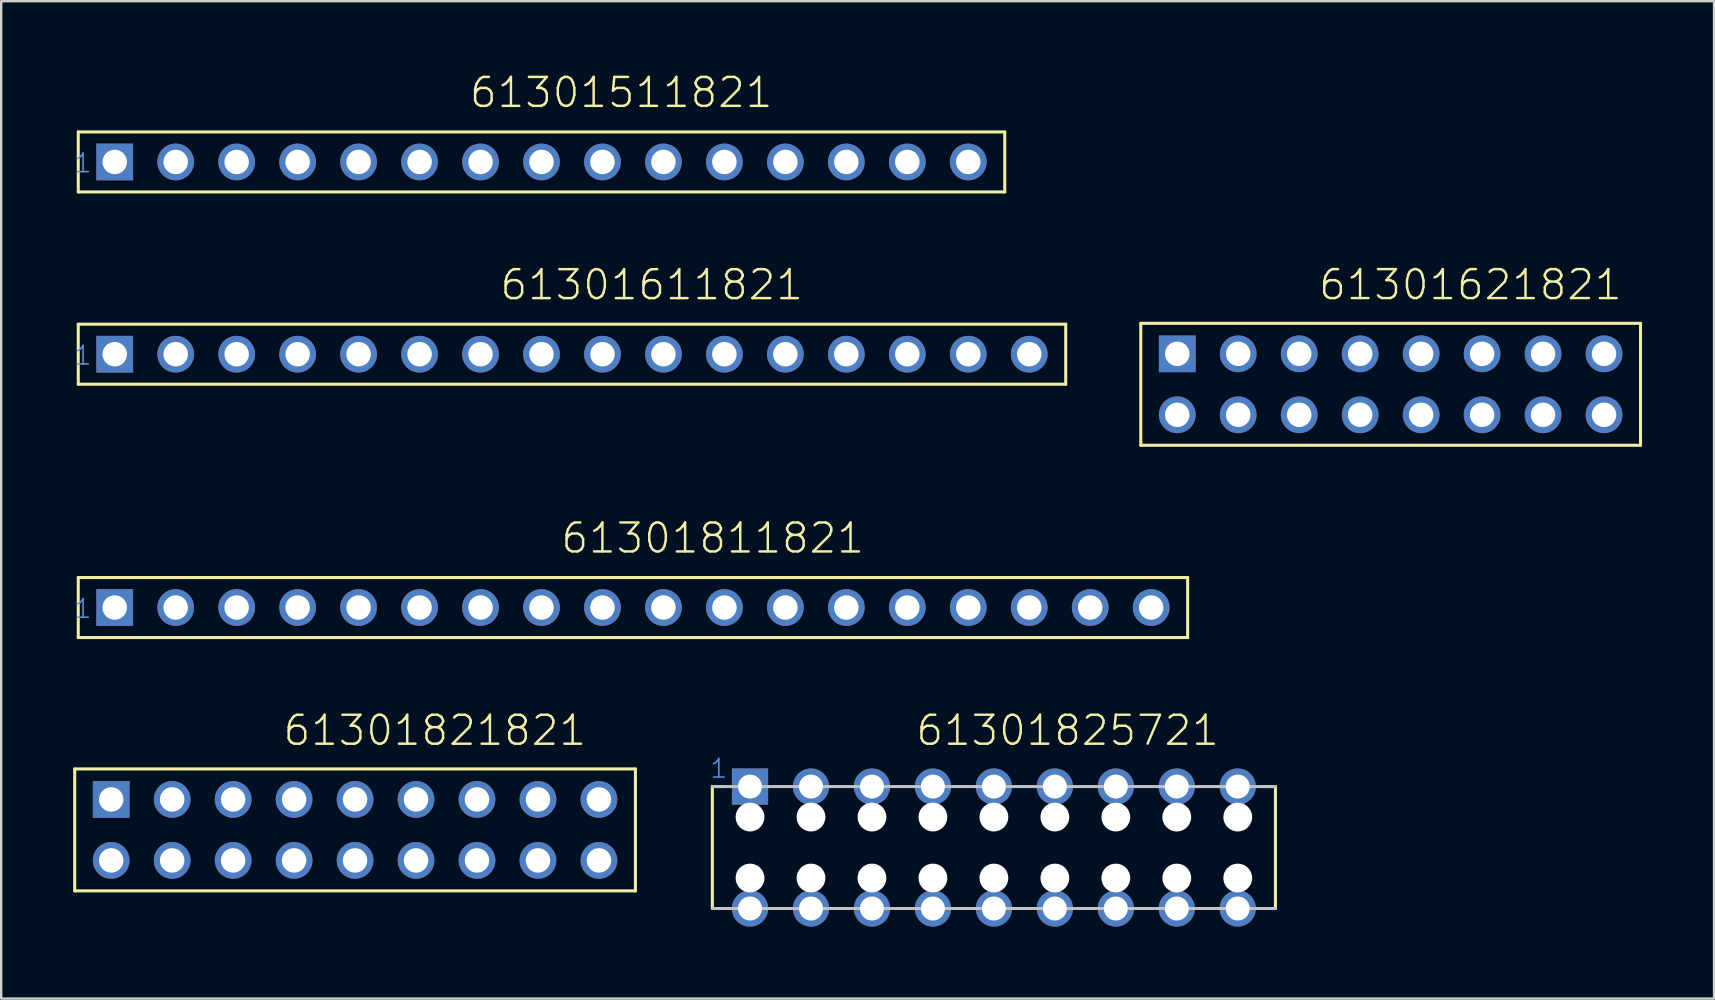
<source format=kicad_pcb>
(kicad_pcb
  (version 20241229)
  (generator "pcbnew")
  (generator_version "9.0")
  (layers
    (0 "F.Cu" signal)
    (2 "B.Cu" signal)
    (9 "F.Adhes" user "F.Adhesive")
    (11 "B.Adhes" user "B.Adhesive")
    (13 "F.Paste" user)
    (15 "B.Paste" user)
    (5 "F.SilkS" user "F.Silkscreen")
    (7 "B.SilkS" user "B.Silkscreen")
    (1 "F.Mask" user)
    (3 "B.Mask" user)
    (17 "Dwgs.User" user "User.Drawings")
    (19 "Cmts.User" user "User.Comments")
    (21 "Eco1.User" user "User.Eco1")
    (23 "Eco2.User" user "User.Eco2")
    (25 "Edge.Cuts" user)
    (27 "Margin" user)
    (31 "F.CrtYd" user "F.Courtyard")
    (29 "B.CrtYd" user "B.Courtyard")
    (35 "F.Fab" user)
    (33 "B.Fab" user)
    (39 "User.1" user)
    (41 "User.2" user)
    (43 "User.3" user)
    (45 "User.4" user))
  (footprint "61301825721"
    (layer "F.Cu")
    (at 39.627 32.26)
    (property "Reference" "61301825721" (at -4.583 -4.174 0) (layer "F.SilkS") (effects (font (size 1.206 1.206) (thickness 0.102)) (justify left bottom)))
    (attr through_hole)
    (fp_line (start -13 2.54) (end -13 -2.54) (stroke (width 0.127) (type solid)) (layer "F.SilkS"))
    (fp_line (start -12.56 -2.54) (end -13 -2.54) (stroke (width 0.127) (type solid)) (layer "F.SilkS"))
    (fp_line (start -12.54 2.54) (end -13 2.54) (stroke (width 0.127) (type solid)) (layer "F.SilkS"))
    (fp_line (start 9.83 -2.54) (end 10.46 -2.54) (stroke (width 0.127) (type solid)) (layer "F.SilkS"))
    (fp_line (start 9.98 2.54) (end 10.46 2.54) (stroke (width 0.127) (type solid)) (layer "F.SilkS"))
    (fp_line (start 10.46 -2.54) (end 10.46 2.54) (stroke (width 0.127) (type solid)) (layer "F.SilkS"))
    (fp_line (start -13 -2.54) (end 10.46 -2.54) (stroke (width 0.127) (type solid)) (layer "Dwgs.User"))
    (fp_line (start 10.46 2.54) (end -13 2.54) (stroke (width 0.127) (type solid)) (layer "Dwgs.User"))
    (fp_text user "1" (at -13.14 -2.84 0) (layer "Cmts.User") (effects (font (size 0.772 0.772) (thickness 0.065)) (justify left bottom)))
    (pad "" np_thru_hole circle (at -11.43 -1.27) (size 1.2 1.2) (drill 1.2) (layers "*.Cu"))
    (pad "" np_thru_hole circle (at -11.43 1.27) (size 1.2 1.2) (drill 1.2) (layers "*.Cu"))
    (pad "" np_thru_hole circle (at -8.89 -1.27) (size 1.2 1.2) (drill 1.2) (layers "*.Cu"))
    (pad "" np_thru_hole circle (at -8.89 1.27) (size 1.2 1.2) (drill 1.2) (layers "*.Cu"))
    (pad "" np_thru_hole circle (at -6.35 -1.27) (size 1.2 1.2) (drill 1.2) (layers "*.Cu"))
    (pad "" np_thru_hole circle (at -6.35 1.27) (size 1.2 1.2) (drill 1.2) (layers "*.Cu"))
    (pad "" np_thru_hole circle (at -3.81 -1.27) (size 1.2 1.2) (drill 1.2) (layers "*.Cu"))
    (pad "" np_thru_hole circle (at -3.81 1.27) (size 1.2 1.2) (drill 1.2) (layers "*.Cu"))
    (pad "" np_thru_hole circle (at -1.27 -1.27) (size 1.2 1.2) (drill 1.2) (layers "*.Cu"))
    (pad "" np_thru_hole circle (at -1.27 1.27) (size 1.2 1.2) (drill 1.2) (layers "*.Cu"))
    (pad "" np_thru_hole circle (at 1.27 -1.27) (size 1.2 1.2) (drill 1.2) (layers "*.Cu"))
    (pad "" np_thru_hole circle (at 1.27 1.27) (size 1.2 1.2) (drill 1.2) (layers "*.Cu"))
    (pad "" np_thru_hole circle (at 3.81 -1.27) (size 1.2 1.2) (drill 1.2) (layers "*.Cu"))
    (pad "" np_thru_hole circle (at 3.81 1.27) (size 1.2 1.2) (drill 1.2) (layers "*.Cu"))
    (pad "" np_thru_hole circle (at 6.35 -1.27) (size 1.2 1.2) (drill 1.2) (layers "*.Cu"))
    (pad "" np_thru_hole circle (at 6.35 1.27) (size 1.2 1.2) (drill 1.2) (layers "*.Cu"))
    (pad "" np_thru_hole circle (at 8.89 -1.27) (size 1.2 1.2) (drill 1.2) (layers "*.Cu"))
    (pad "" np_thru_hole circle (at 8.89 1.27) (size 1.2 1.2) (drill 1.2) (layers "*.Cu"))
    (pad "1" thru_hole rect (at -11.43 -2.54) (size 1.508 1.508) (drill 1) (layers "*.Cu" "*.Mask"))
    (pad "2" thru_hole circle (at -8.89 -2.54) (size 1.508 1.508) (drill 1) (layers "*.Cu" "*.Mask"))
    (pad "3" thru_hole circle (at -6.35 -2.54) (size 1.508 1.508) (drill 1) (layers "*.Cu" "*.Mask"))
    (pad "4" thru_hole circle (at -3.81 -2.54) (size 1.508 1.508) (drill 1) (layers "*.Cu" "*.Mask"))
    (pad "5" thru_hole circle (at -1.27 -2.54) (size 1.508 1.508) (drill 1) (layers "*.Cu" "*.Mask"))
    (pad "6" thru_hole circle (at 1.27 -2.54) (size 1.508 1.508) (drill 1) (layers "*.Cu" "*.Mask"))
    (pad "7" thru_hole circle (at 3.81 -2.54) (size 1.508 1.508) (drill 1) (layers "*.Cu" "*.Mask"))
    (pad "8" thru_hole circle (at 6.35 -2.54) (size 1.508 1.508) (drill 1) (layers "*.Cu" "*.Mask"))
    (pad "9" thru_hole circle (at 8.89 -2.54) (size 1.508 1.508) (drill 1) (layers "*.Cu" "*.Mask"))
    (pad "10" thru_hole circle (at 8.89 2.54) (size 1.508 1.508) (drill 1) (layers "*.Cu" "*.Mask"))
    (pad "11" thru_hole circle (at 6.35 2.54) (size 1.508 1.508) (drill 1) (layers "*.Cu" "*.Mask"))
    (pad "12" thru_hole circle (at 3.81 2.54) (size 1.508 1.508) (drill 1) (layers "*.Cu" "*.Mask"))
    (pad "13" thru_hole circle (at 1.27 2.54) (size 1.508 1.508) (drill 1) (layers "*.Cu" "*.Mask"))
    (pad "14" thru_hole circle (at -1.27 2.54) (size 1.508 1.508) (drill 1) (layers "*.Cu" "*.Mask"))
    (pad "15" thru_hole circle (at -3.81 2.54) (size 1.508 1.508) (drill 1) (layers "*.Cu" "*.Mask"))
    (pad "16" thru_hole circle (at -6.35 2.54) (size 1.508 1.508) (drill 1) (layers "*.Cu" "*.Mask"))
    (pad "17" thru_hole circle (at -8.89 2.54) (size 1.508 1.508) (drill 1) (layers "*.Cu" "*.Mask"))
    (pad "18" thru_hole circle (at -11.43 2.54) (size 1.508 1.508) (drill 1) (layers "*.Cu" "*.Mask")))
  (footprint "61301811821"
    (layer "F.Cu")
    (at 23.32 22.261)
    (property "Reference" "61301811821" (at -3.063 -2.185 0) (layer "F.SilkS") (effects (font (size 1.206 1.206) (thickness 0.102)) (justify left bottom)))
    (attr through_hole)
    (fp_line (start -23.11 -1.25) (end -23.11 1.25) (stroke (width 0.127) (type solid)) (layer "F.SilkS"))
    (fp_line (start -23.11 1.25) (end 23.11 1.25) (stroke (width 0.127) (type solid)) (layer "F.SilkS"))
    (fp_line (start 23.11 -1.25) (end -23.11 -1.25) (stroke (width 0.127) (type solid)) (layer "F.SilkS"))
    (fp_line (start 23.11 1.25) (end 23.11 -1.25) (stroke (width 0.127) (type solid)) (layer "F.SilkS"))
    (fp_text user "1" (at -23.32 0.5 0) (layer "Cmts.User") (effects (font (size 0.772 0.772) (thickness 0.065)) (justify left bottom)))
    (pad "1" thru_hole rect (at -21.59 0) (size 1.53 1.53) (drill 1.02) (layers "*.Cu" "*.Mask"))
    (pad "2" thru_hole circle (at -19.05 0) (size 1.53 1.53) (drill 1.02) (layers "*.Cu" "*.Mask"))
    (pad "3" thru_hole circle (at -16.51 0) (size 1.53 1.53) (drill 1.02) (layers "*.Cu" "*.Mask"))
    (pad "4" thru_hole circle (at -13.97 0) (size 1.53 1.53) (drill 1.02) (layers "*.Cu" "*.Mask"))
    (pad "5" thru_hole circle (at -11.43 0) (size 1.53 1.53) (drill 1.02) (layers "*.Cu" "*.Mask"))
    (pad "6" thru_hole circle (at -8.89 0) (size 1.53 1.53) (drill 1.02) (layers "*.Cu" "*.Mask"))
    (pad "7" thru_hole circle (at -6.35 0) (size 1.53 1.53) (drill 1.02) (layers "*.Cu" "*.Mask"))
    (pad "8" thru_hole circle (at -3.81 0) (size 1.53 1.53) (drill 1.02) (layers "*.Cu" "*.Mask"))
    (pad "9" thru_hole circle (at -1.27 0) (size 1.53 1.53) (drill 1.02) (layers "*.Cu" "*.Mask"))
    (pad "10" thru_hole circle (at 1.27 0) (size 1.53 1.53) (drill 1.02) (layers "*.Cu" "*.Mask"))
    (pad "11" thru_hole circle (at 3.81 0) (size 1.53 1.53) (drill 1.02) (layers "*.Cu" "*.Mask"))
    (pad "12" thru_hole circle (at 6.35 0) (size 1.53 1.53) (drill 1.02) (layers "*.Cu" "*.Mask"))
    (pad "13" thru_hole circle (at 8.89 0) (size 1.53 1.53) (drill 1.02) (layers "*.Cu" "*.Mask"))
    (pad "14" thru_hole circle (at 11.43 0) (size 1.53 1.53) (drill 1.02) (layers "*.Cu" "*.Mask"))
    (pad "15" thru_hole circle (at 13.97 0) (size 1.53 1.53) (drill 1.02) (layers "*.Cu" "*.Mask"))
    (pad "16" thru_hole circle (at 16.51 0) (size 1.53 1.53) (drill 1.02) (layers "*.Cu" "*.Mask"))
    (pad "17" thru_hole circle (at 19.05 0) (size 1.53 1.53) (drill 1.02) (layers "*.Cu" "*.Mask"))
    (pad "18" thru_hole circle (at 21.59 0) (size 1.53 1.53) (drill 1.02) (layers "*.Cu" "*.Mask")))
  (footprint "61301511821"
    (layer "F.Cu")
    (at 19.51 3.697)
    (property "Reference" "61301511821" (at -3.063 -2.185 0) (layer "F.SilkS") (effects (font (size 1.206 1.206) (thickness 0.102)) (justify left bottom)))
    (attr through_hole)
    (fp_line (start -19.3 -1.25) (end -19.3 1.25) (stroke (width 0.127) (type solid)) (layer "F.SilkS"))
    (fp_line (start -19.3 1.25) (end 19.3 1.25) (stroke (width 0.127) (type solid)) (layer "F.SilkS"))
    (fp_line (start 19.3 -1.25) (end -19.3 -1.25) (stroke (width 0.127) (type solid)) (layer "F.SilkS"))
    (fp_line (start 19.3 1.25) (end 19.3 -1.25) (stroke (width 0.127) (type solid)) (layer "F.SilkS"))
    (fp_text user "1" (at -19.51 0.5 0) (layer "Cmts.User") (effects (font (size 0.772 0.772) (thickness 0.065)) (justify left bottom)))
    (pad "1" thru_hole rect (at -17.78 0) (size 1.53 1.53) (drill 1.02) (layers "*.Cu" "*.Mask"))
    (pad "2" thru_hole circle (at -15.24 0) (size 1.53 1.53) (drill 1.02) (layers "*.Cu" "*.Mask"))
    (pad "3" thru_hole circle (at -12.7 0) (size 1.53 1.53) (drill 1.02) (layers "*.Cu" "*.Mask"))
    (pad "4" thru_hole circle (at -10.16 0) (size 1.53 1.53) (drill 1.02) (layers "*.Cu" "*.Mask"))
    (pad "5" thru_hole circle (at -7.62 0) (size 1.53 1.53) (drill 1.02) (layers "*.Cu" "*.Mask"))
    (pad "6" thru_hole circle (at -5.08 0) (size 1.53 1.53) (drill 1.02) (layers "*.Cu" "*.Mask"))
    (pad "7" thru_hole circle (at -2.54 0) (size 1.53 1.53) (drill 1.02) (layers "*.Cu" "*.Mask"))
    (pad "8" thru_hole circle (at 0 0) (size 1.53 1.53) (drill 1.02) (layers "*.Cu" "*.Mask"))
    (pad "9" thru_hole circle (at 2.54 0) (size 1.53 1.53) (drill 1.02) (layers "*.Cu" "*.Mask"))
    (pad "10" thru_hole circle (at 5.08 0) (size 1.53 1.53) (drill 1.02) (layers "*.Cu" "*.Mask"))
    (pad "11" thru_hole circle (at 7.62 0) (size 1.53 1.53) (drill 1.02) (layers "*.Cu" "*.Mask"))
    (pad "12" thru_hole circle (at 10.16 0) (size 1.53 1.53) (drill 1.02) (layers "*.Cu" "*.Mask"))
    (pad "13" thru_hole circle (at 12.7 0) (size 1.53 1.53) (drill 1.02) (layers "*.Cu" "*.Mask"))
    (pad "14" thru_hole circle (at 15.24 0) (size 1.53 1.53) (drill 1.02) (layers "*.Cu" "*.Mask"))
    (pad "15" thru_hole circle (at 17.78 0) (size 1.53 1.53) (drill 1.02) (layers "*.Cu" "*.Mask")))
  (footprint "61301821821"
    (layer "F.Cu")
    (at 11.743 31.526)
    (property "Reference" "61301821821" (at -3.063 -3.44 0) (layer "F.SilkS") (effects (font (size 1.206 1.206) (thickness 0.102)) (justify left bottom)))
    (attr through_hole)
    (fp_line (start -11.68 -2.54) (end -11.68 2.54) (stroke (width 0.127) (type solid)) (layer "F.SilkS"))
    (fp_line (start -11.68 2.54) (end 11.68 2.54) (stroke (width 0.127) (type solid)) (layer "F.SilkS"))
    (fp_line (start 11.68 -2.54) (end -11.68 -2.54) (stroke (width 0.127) (type solid)) (layer "F.SilkS"))
    (fp_line (start 11.68 2.54) (end 11.68 -2.54) (stroke (width 0.127) (type solid)) (layer "F.SilkS"))
    (fp_text user "1" (at -10.39 -1 0) (layer "Cmts.User") (effects (font (size 0.579 0.579) (thickness 0.049)) (justify left bottom)))
    (pad "1" thru_hole rect (at -10.16 -1.27) (size 1.53 1.53) (drill 1.02) (layers "*.Cu" "*.Mask"))
    (pad "2" thru_hole circle (at -7.62 -1.27) (size 1.53 1.53) (drill 1.02) (layers "*.Cu" "*.Mask"))
    (pad "3" thru_hole circle (at -5.08 -1.27) (size 1.53 1.53) (drill 1.02) (layers "*.Cu" "*.Mask"))
    (pad "4" thru_hole circle (at -2.54 -1.27) (size 1.53 1.53) (drill 1.02) (layers "*.Cu" "*.Mask"))
    (pad "5" thru_hole circle (at 0 -1.27) (size 1.53 1.53) (drill 1.02) (layers "*.Cu" "*.Mask"))
    (pad "6" thru_hole circle (at 2.54 -1.27) (size 1.53 1.53) (drill 1.02) (layers "*.Cu" "*.Mask"))
    (pad "7" thru_hole circle (at 5.08 -1.27) (size 1.53 1.53) (drill 1.02) (layers "*.Cu" "*.Mask"))
    (pad "8" thru_hole circle (at 7.62 -1.27) (size 1.53 1.53) (drill 1.02) (layers "*.Cu" "*.Mask"))
    (pad "9" thru_hole circle (at 10.16 -1.27) (size 1.53 1.53) (drill 1.02) (layers "*.Cu" "*.Mask"))
    (pad "10" thru_hole circle (at 10.16 1.27) (size 1.53 1.53) (drill 1.02) (layers "*.Cu" "*.Mask"))
    (pad "11" thru_hole circle (at 7.62 1.27) (size 1.53 1.53) (drill 1.02) (layers "*.Cu" "*.Mask"))
    (pad "12" thru_hole circle (at 5.08 1.27) (size 1.53 1.53) (drill 1.02) (layers "*.Cu" "*.Mask"))
    (pad "13" thru_hole circle (at 2.54 1.27) (size 1.53 1.53) (drill 1.02) (layers "*.Cu" "*.Mask"))
    (pad "14" thru_hole circle (at 0 1.27) (size 1.53 1.53) (drill 1.02) (layers "*.Cu" "*.Mask"))
    (pad "15" thru_hole circle (at -2.54 1.27) (size 1.53 1.53) (drill 1.02) (layers "*.Cu" "*.Mask"))
    (pad "16" thru_hole circle (at -5.08 1.27) (size 1.53 1.53) (drill 1.02) (layers "*.Cu" "*.Mask"))
    (pad "17" thru_hole circle (at -7.62 1.27) (size 1.53 1.53) (drill 1.02) (layers "*.Cu" "*.Mask"))
    (pad "18" thru_hole circle (at -10.16 1.27) (size 1.53 1.53) (drill 1.02) (layers "*.Cu" "*.Mask")))
  (footprint "61301611821"
    (layer "F.Cu")
    (at 20.78 11.707)
    (property "Reference" "61301611821" (at -3.063 -2.185 0) (layer "F.SilkS") (effects (font (size 1.206 1.206) (thickness 0.102)) (justify left bottom)))
    (attr through_hole)
    (fp_line (start -20.57 -1.25) (end -20.57 1.25) (stroke (width 0.127) (type solid)) (layer "F.SilkS"))
    (fp_line (start -20.57 1.25) (end 20.57 1.25) (stroke (width 0.127) (type solid)) (layer "F.SilkS"))
    (fp_line (start 20.57 -1.25) (end -20.57 -1.25) (stroke (width 0.127) (type solid)) (layer "F.SilkS"))
    (fp_line (start 20.57 1.25) (end 20.57 -1.25) (stroke (width 0.127) (type solid)) (layer "F.SilkS"))
    (fp_text user "1" (at -20.78 0.5 0) (layer "Cmts.User") (effects (font (size 0.772 0.772) (thickness 0.065)) (justify left bottom)))
    (pad "1" thru_hole rect (at -19.05 0) (size 1.53 1.53) (drill 1.02) (layers "*.Cu" "*.Mask"))
    (pad "2" thru_hole circle (at -16.51 0) (size 1.53 1.53) (drill 1.02) (layers "*.Cu" "*.Mask"))
    (pad "3" thru_hole circle (at -13.97 0) (size 1.53 1.53) (drill 1.02) (layers "*.Cu" "*.Mask"))
    (pad "4" thru_hole circle (at -11.43 0) (size 1.53 1.53) (drill 1.02) (layers "*.Cu" "*.Mask"))
    (pad "5" thru_hole circle (at -8.89 0) (size 1.53 1.53) (drill 1.02) (layers "*.Cu" "*.Mask"))
    (pad "6" thru_hole circle (at -6.35 0) (size 1.53 1.53) (drill 1.02) (layers "*.Cu" "*.Mask"))
    (pad "7" thru_hole circle (at -3.81 0) (size 1.53 1.53) (drill 1.02) (layers "*.Cu" "*.Mask"))
    (pad "8" thru_hole circle (at -1.27 0) (size 1.53 1.53) (drill 1.02) (layers "*.Cu" "*.Mask"))
    (pad "9" thru_hole circle (at 1.27 0) (size 1.53 1.53) (drill 1.02) (layers "*.Cu" "*.Mask"))
    (pad "10" thru_hole circle (at 3.81 0) (size 1.53 1.53) (drill 1.02) (layers "*.Cu" "*.Mask"))
    (pad "11" thru_hole circle (at 6.35 0) (size 1.53 1.53) (drill 1.02) (layers "*.Cu" "*.Mask"))
    (pad "12" thru_hole circle (at 8.89 0) (size 1.53 1.53) (drill 1.02) (layers "*.Cu" "*.Mask"))
    (pad "13" thru_hole circle (at 11.43 0) (size 1.53 1.53) (drill 1.02) (layers "*.Cu" "*.Mask"))
    (pad "14" thru_hole circle (at 13.97 0) (size 1.53 1.53) (drill 1.02) (layers "*.Cu" "*.Mask"))
    (pad "15" thru_hole circle (at 16.51 0) (size 1.53 1.53) (drill 1.02) (layers "*.Cu" "*.Mask"))
    (pad "16" thru_hole circle (at 19.05 0) (size 1.53 1.53) (drill 1.02) (layers "*.Cu" "*.Mask")))
  (footprint "61301621821"
    (layer "F.Cu")
    (at 54.887 12.961)
    (property "Reference" "61301621821" (at -3.063 -3.44 0) (layer "F.SilkS") (effects (font (size 1.206 1.206) (thickness 0.102)) (justify left bottom)))
    (attr through_hole)
    (fp_line (start -10.41 -2.54) (end -10.41 2.54) (stroke (width 0.127) (type solid)) (layer "F.SilkS"))
    (fp_line (start -10.41 2.54) (end 10.41 2.54) (stroke (width 0.127) (type solid)) (layer "F.SilkS"))
    (fp_line (start 10.41 -2.54) (end -10.41 -2.54) (stroke (width 0.127) (type solid)) (layer "F.SilkS"))
    (fp_line (start 10.41 2.54) (end 10.41 -2.54) (stroke (width 0.127) (type solid)) (layer "F.SilkS"))
    (fp_text user "1" (at -9.12 -1 0) (layer "Cmts.User") (effects (font (size 0.579 0.579) (thickness 0.049)) (justify left bottom)))
    (pad "1" thru_hole rect (at -8.89 -1.27) (size 1.53 1.53) (drill 1.02) (layers "*.Cu" "*.Mask"))
    (pad "2" thru_hole circle (at -6.35 -1.27) (size 1.53 1.53) (drill 1.02) (layers "*.Cu" "*.Mask"))
    (pad "3" thru_hole circle (at -3.81 -1.27) (size 1.53 1.53) (drill 1.02) (layers "*.Cu" "*.Mask"))
    (pad "4" thru_hole circle (at -1.27 -1.27) (size 1.53 1.53) (drill 1.02) (layers "*.Cu" "*.Mask"))
    (pad "5" thru_hole circle (at 1.27 -1.27) (size 1.53 1.53) (drill 1.02) (layers "*.Cu" "*.Mask"))
    (pad "6" thru_hole circle (at 3.81 -1.27) (size 1.53 1.53) (drill 1.02) (layers "*.Cu" "*.Mask"))
    (pad "7" thru_hole circle (at 6.35 -1.27) (size 1.53 1.53) (drill 1.02) (layers "*.Cu" "*.Mask"))
    (pad "8" thru_hole circle (at 8.89 -1.27) (size 1.53 1.53) (drill 1.02) (layers "*.Cu" "*.Mask"))
    (pad "9" thru_hole circle (at 8.89 1.27) (size 1.53 1.53) (drill 1.02) (layers "*.Cu" "*.Mask"))
    (pad "10" thru_hole circle (at 6.35 1.27) (size 1.53 1.53) (drill 1.02) (layers "*.Cu" "*.Mask"))
    (pad "11" thru_hole circle (at 3.81 1.27) (size 1.53 1.53) (drill 1.02) (layers "*.Cu" "*.Mask"))
    (pad "12" thru_hole circle (at 1.27 1.27) (size 1.53 1.53) (drill 1.02) (layers "*.Cu" "*.Mask"))
    (pad "13" thru_hole circle (at -1.27 1.27) (size 1.53 1.53) (drill 1.02) (layers "*.Cu" "*.Mask"))
    (pad "14" thru_hole circle (at -3.81 1.27) (size 1.53 1.53) (drill 1.02) (layers "*.Cu" "*.Mask"))
    (pad "15" thru_hole circle (at -6.35 1.27) (size 1.53 1.53) (drill 1.02) (layers "*.Cu" "*.Mask"))
    (pad "16" thru_hole circle (at -8.89 1.27) (size 1.53 1.53) (drill 1.02) (layers "*.Cu" "*.Mask")))
  (gr_rect
    (start -3 -3)
    (end 68.361 38.554)
    (stroke (width 0.1) (type default))
    (fill no)
    (layer "Edge.Cuts")))
</source>
